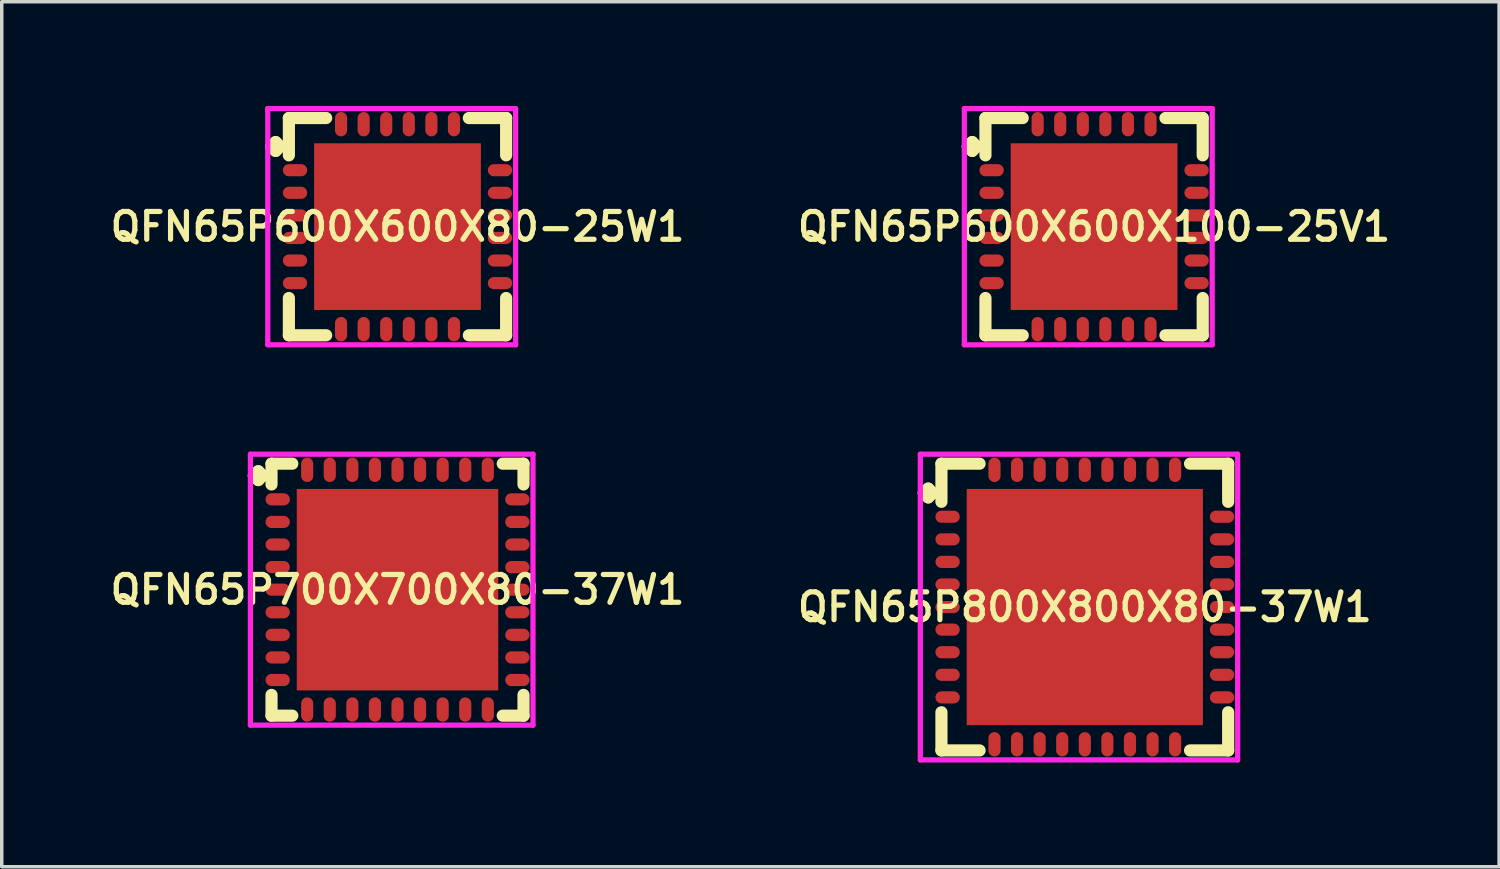
<source format=kicad_pcb>
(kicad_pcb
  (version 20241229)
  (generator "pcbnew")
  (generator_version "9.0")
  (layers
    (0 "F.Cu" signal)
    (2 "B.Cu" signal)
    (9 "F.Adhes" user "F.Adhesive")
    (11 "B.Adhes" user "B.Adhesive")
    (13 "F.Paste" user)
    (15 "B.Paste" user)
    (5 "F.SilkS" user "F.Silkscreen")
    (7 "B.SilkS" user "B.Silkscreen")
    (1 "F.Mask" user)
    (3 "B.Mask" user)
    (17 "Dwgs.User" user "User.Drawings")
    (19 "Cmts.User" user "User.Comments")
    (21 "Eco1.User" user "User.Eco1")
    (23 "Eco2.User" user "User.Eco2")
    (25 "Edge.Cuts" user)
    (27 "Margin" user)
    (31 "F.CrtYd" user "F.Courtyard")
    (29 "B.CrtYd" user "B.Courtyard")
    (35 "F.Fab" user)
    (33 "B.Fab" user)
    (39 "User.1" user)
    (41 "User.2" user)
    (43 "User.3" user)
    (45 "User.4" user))
  (footprint "QFN65P600X600X80-25W1"
    (layer "F.Cu")
    (at 8.393 3.475)
    (property "Reference" "QFN65P600X600X80-25W1" (at 0 0 0) (layer "F.SilkS") (effects (font (size 0.8 0.8) (thickness 0.15))))
    (attr smd)
    (fp_line (start -3.635 -2.308) (end -3.508 -2.435) (stroke (width 0.35) (type solid)) (layer "F.SilkS"))
    (fp_line (start -3.508 -2.435) (end -3.381 -2.308) (stroke (width 0.35) (type solid)) (layer "F.SilkS"))
    (fp_line (start -3.508 -2.181) (end -3.635 -2.308) (stroke (width 0.35) (type solid)) (layer "F.SilkS"))
    (fp_line (start -3.381 -2.308) (end -3.508 -2.181) (stroke (width 0.35) (type solid)) (layer "F.SilkS"))
    (fp_line (start -3.127 -3.127) (end -2.054 -3.127) (stroke (width 0.35) (type solid)) (layer "F.SilkS"))
    (fp_line (start -3.127 -2.054) (end -3.127 -3.127) (stroke (width 0.35) (type solid)) (layer "F.SilkS"))
    (fp_line (start -3.127 2.054) (end -3.127 3.127) (stroke (width 0.35) (type solid)) (layer "F.SilkS"))
    (fp_line (start -3.127 3.127) (end -2.054 3.127) (stroke (width 0.35) (type solid)) (layer "F.SilkS"))
    (fp_line (start 2.054 -3.127) (end 3.127 -3.127) (stroke (width 0.35) (type solid)) (layer "F.SilkS"))
    (fp_line (start 2.054 3.127) (end 3.127 3.127) (stroke (width 0.35) (type solid)) (layer "F.SilkS"))
    (fp_line (start 3.127 -3.127) (end 3.127 -2.054) (stroke (width 0.35) (type solid)) (layer "F.SilkS"))
    (fp_line (start 3.127 3.127) (end 3.127 2.054) (stroke (width 0.35) (type solid)) (layer "F.SilkS"))
    (fp_line (start -3.735 -3.4) (end 3.4 -3.4) (stroke (width 0.15) (type solid)) (layer "F.CrtYd"))
    (fp_line (start -3.735 3.4) (end -3.735 -3.4) (stroke (width 0.15) (type solid)) (layer "F.CrtYd"))
    (fp_line (start 3.4 -3.4) (end 3.4 3.4) (stroke (width 0.15) (type solid)) (layer "F.CrtYd"))
    (fp_line (start 3.4 3.4) (end -3.735 3.4) (stroke (width 0.15) (type solid)) (layer "F.CrtYd"))
    (pad "1" smd oval (at -2.95 -1.625) (size 0.7 0.35) (layers "F.Cu" "F.Mask" "F.Paste"))
    (pad "2" smd oval (at -2.95 -0.975) (size 0.7 0.35) (layers "F.Cu" "F.Mask" "F.Paste"))
    (pad "3" smd oval (at -2.95 -0.325) (size 0.7 0.35) (layers "F.Cu" "F.Mask" "F.Paste"))
    (pad "4" smd oval (at -2.95 0.325) (size 0.7 0.35) (layers "F.Cu" "F.Mask" "F.Paste"))
    (pad "5" smd oval (at -2.95 0.975) (size 0.7 0.35) (layers "F.Cu" "F.Mask" "F.Paste"))
    (pad "6" smd oval (at -2.95 1.625) (size 0.7 0.35) (layers "F.Cu" "F.Mask" "F.Paste"))
    (pad "7" smd oval (at -1.625 2.95) (size 0.35 0.7) (layers "F.Cu" "F.Mask" "F.Paste"))
    (pad "8" smd oval (at -0.975 2.95) (size 0.35 0.7) (layers "F.Cu" "F.Mask" "F.Paste"))
    (pad "9" smd oval (at -0.325 2.95) (size 0.35 0.7) (layers "F.Cu" "F.Mask" "F.Paste"))
    (pad "10" smd oval (at 0.325 2.95) (size 0.35 0.7) (layers "F.Cu" "F.Mask" "F.Paste"))
    (pad "11" smd oval (at 0.975 2.95) (size 0.35 0.7) (layers "F.Cu" "F.Mask" "F.Paste"))
    (pad "12" smd oval (at 1.625 2.95) (size 0.35 0.7) (layers "F.Cu" "F.Mask" "F.Paste"))
    (pad "13" smd oval (at 2.95 1.625) (size 0.7 0.35) (layers "F.Cu" "F.Mask" "F.Paste"))
    (pad "14" smd oval (at 2.95 0.975) (size 0.7 0.35) (layers "F.Cu" "F.Mask" "F.Paste"))
    (pad "15" smd oval (at 2.95 0.325) (size 0.7 0.35) (layers "F.Cu" "F.Mask" "F.Paste"))
    (pad "16" smd oval (at 2.95 -0.325) (size 0.7 0.35) (layers "F.Cu" "F.Mask" "F.Paste"))
    (pad "17" smd oval (at 2.95 -0.975) (size 0.7 0.35) (layers "F.Cu" "F.Mask" "F.Paste"))
    (pad "18" smd oval (at 2.95 -1.625) (size 0.7 0.35) (layers "F.Cu" "F.Mask" "F.Paste"))
    (pad "19" smd oval (at 1.625 -2.95) (size 0.35 0.7) (layers "F.Cu" "F.Mask" "F.Paste"))
    (pad "20" smd oval (at 0.975 -2.95) (size 0.35 0.7) (layers "F.Cu" "F.Mask" "F.Paste"))
    (pad "21" smd oval (at 0.325 -2.95) (size 0.35 0.7) (layers "F.Cu" "F.Mask" "F.Paste"))
    (pad "22" smd oval (at -0.325 -2.95) (size 0.35 0.7) (layers "F.Cu" "F.Mask" "F.Paste"))
    (pad "23" smd oval (at -0.975 -2.95) (size 0.35 0.7) (layers "F.Cu" "F.Mask" "F.Paste"))
    (pad "24" smd oval (at -1.625 -2.95) (size 0.35 0.7) (layers "F.Cu" "F.Mask" "F.Paste"))
    (pad "25" smd rect (at 0 0) (size 4.8 4.8) (layers "F.Cu" "F.Mask" "F.Paste")))
  (footprint "QFN65P700X700X80-37W1"
    (layer "F.Cu")
    (at 8.393 13.925)
    (property "Reference" "QFN65P700X700X80-37W1" (at 0 0 0) (layer "F.SilkS") (effects (font (size 0.8 0.8) (thickness 0.15))))
    (attr smd)
    (fp_line (start -4.135 -3.283) (end -4.008 -3.41) (stroke (width 0.35) (type solid)) (layer "F.SilkS"))
    (fp_line (start -4.008 -3.41) (end -3.881 -3.283) (stroke (width 0.35) (type solid)) (layer "F.SilkS"))
    (fp_line (start -4.008 -3.156) (end -4.135 -3.283) (stroke (width 0.35) (type solid)) (layer "F.SilkS"))
    (fp_line (start -3.881 -3.283) (end -4.008 -3.156) (stroke (width 0.35) (type solid)) (layer "F.SilkS"))
    (fp_line (start -3.627 -3.627) (end -3.029 -3.627) (stroke (width 0.35) (type solid)) (layer "F.SilkS"))
    (fp_line (start -3.627 -3.029) (end -3.627 -3.627) (stroke (width 0.35) (type solid)) (layer "F.SilkS"))
    (fp_line (start -3.627 3.029) (end -3.627 3.627) (stroke (width 0.35) (type solid)) (layer "F.SilkS"))
    (fp_line (start -3.627 3.627) (end -3.029 3.627) (stroke (width 0.35) (type solid)) (layer "F.SilkS"))
    (fp_line (start 3.029 -3.627) (end 3.627 -3.627) (stroke (width 0.35) (type solid)) (layer "F.SilkS"))
    (fp_line (start 3.029 3.627) (end 3.627 3.627) (stroke (width 0.35) (type solid)) (layer "F.SilkS"))
    (fp_line (start 3.627 -3.627) (end 3.627 -3.029) (stroke (width 0.35) (type solid)) (layer "F.SilkS"))
    (fp_line (start 3.627 3.627) (end 3.627 3.029) (stroke (width 0.35) (type solid)) (layer "F.SilkS"))
    (fp_line (start -4.235 -3.9) (end 3.9 -3.9) (stroke (width 0.15) (type solid)) (layer "F.CrtYd"))
    (fp_line (start -4.235 3.9) (end -4.235 -3.9) (stroke (width 0.15) (type solid)) (layer "F.CrtYd"))
    (fp_line (start 3.9 -3.9) (end 3.9 3.9) (stroke (width 0.15) (type solid)) (layer "F.CrtYd"))
    (fp_line (start 3.9 3.9) (end -4.235 3.9) (stroke (width 0.15) (type solid)) (layer "F.CrtYd"))
    (pad "1" smd oval (at -3.45 -2.6) (size 0.7 0.35) (layers "F.Cu" "F.Mask" "F.Paste"))
    (pad "2" smd oval (at -3.45 -1.95) (size 0.7 0.35) (layers "F.Cu" "F.Mask" "F.Paste"))
    (pad "3" smd oval (at -3.45 -1.3) (size 0.7 0.35) (layers "F.Cu" "F.Mask" "F.Paste"))
    (pad "4" smd oval (at -3.45 -0.65) (size 0.7 0.35) (layers "F.Cu" "F.Mask" "F.Paste"))
    (pad "5" smd oval (at -3.45 0) (size 0.7 0.35) (layers "F.Cu" "F.Mask" "F.Paste"))
    (pad "6" smd oval (at -3.45 0.65) (size 0.7 0.35) (layers "F.Cu" "F.Mask" "F.Paste"))
    (pad "7" smd oval (at -3.45 1.3) (size 0.7 0.35) (layers "F.Cu" "F.Mask" "F.Paste"))
    (pad "8" smd oval (at -3.45 1.95) (size 0.7 0.35) (layers "F.Cu" "F.Mask" "F.Paste"))
    (pad "9" smd oval (at -3.45 2.6) (size 0.7 0.35) (layers "F.Cu" "F.Mask" "F.Paste"))
    (pad "10" smd oval (at -2.6 3.45) (size 0.35 0.7) (layers "F.Cu" "F.Mask" "F.Paste"))
    (pad "11" smd oval (at -1.95 3.45) (size 0.35 0.7) (layers "F.Cu" "F.Mask" "F.Paste"))
    (pad "12" smd oval (at -1.3 3.45) (size 0.35 0.7) (layers "F.Cu" "F.Mask" "F.Paste"))
    (pad "13" smd oval (at -0.65 3.45) (size 0.35 0.7) (layers "F.Cu" "F.Mask" "F.Paste"))
    (pad "14" smd oval (at 0 3.45) (size 0.35 0.7) (layers "F.Cu" "F.Mask" "F.Paste"))
    (pad "15" smd oval (at 0.65 3.45) (size 0.35 0.7) (layers "F.Cu" "F.Mask" "F.Paste"))
    (pad "16" smd oval (at 1.3 3.45) (size 0.35 0.7) (layers "F.Cu" "F.Mask" "F.Paste"))
    (pad "17" smd oval (at 1.95 3.45) (size 0.35 0.7) (layers "F.Cu" "F.Mask" "F.Paste"))
    (pad "18" smd oval (at 2.6 3.45) (size 0.35 0.7) (layers "F.Cu" "F.Mask" "F.Paste"))
    (pad "19" smd oval (at 3.45 2.6) (size 0.7 0.35) (layers "F.Cu" "F.Mask" "F.Paste"))
    (pad "20" smd oval (at 3.45 1.95) (size 0.7 0.35) (layers "F.Cu" "F.Mask" "F.Paste"))
    (pad "21" smd oval (at 3.45 1.3) (size 0.7 0.35) (layers "F.Cu" "F.Mask" "F.Paste"))
    (pad "22" smd oval (at 3.45 0.65) (size 0.7 0.35) (layers "F.Cu" "F.Mask" "F.Paste"))
    (pad "23" smd oval (at 3.45 0) (size 0.7 0.35) (layers "F.Cu" "F.Mask" "F.Paste"))
    (pad "24" smd oval (at 3.45 -0.65) (size 0.7 0.35) (layers "F.Cu" "F.Mask" "F.Paste"))
    (pad "25" smd oval (at 3.45 -1.3) (size 0.7 0.35) (layers "F.Cu" "F.Mask" "F.Paste"))
    (pad "26" smd oval (at 3.45 -1.95) (size 0.7 0.35) (layers "F.Cu" "F.Mask" "F.Paste"))
    (pad "27" smd oval (at 3.45 -2.6) (size 0.7 0.35) (layers "F.Cu" "F.Mask" "F.Paste"))
    (pad "28" smd oval (at 2.6 -3.45) (size 0.35 0.7) (layers "F.Cu" "F.Mask" "F.Paste"))
    (pad "29" smd oval (at 1.95 -3.45) (size 0.35 0.7) (layers "F.Cu" "F.Mask" "F.Paste"))
    (pad "30" smd oval (at 1.3 -3.45) (size 0.35 0.7) (layers "F.Cu" "F.Mask" "F.Paste"))
    (pad "31" smd oval (at 0.65 -3.45) (size 0.35 0.7) (layers "F.Cu" "F.Mask" "F.Paste"))
    (pad "32" smd oval (at 0 -3.45) (size 0.35 0.7) (layers "F.Cu" "F.Mask" "F.Paste"))
    (pad "33" smd oval (at -0.65 -3.45) (size 0.35 0.7) (layers "F.Cu" "F.Mask" "F.Paste"))
    (pad "34" smd oval (at -1.3 -3.45) (size 0.35 0.7) (layers "F.Cu" "F.Mask" "F.Paste"))
    (pad "35" smd oval (at -1.95 -3.45) (size 0.35 0.7) (layers "F.Cu" "F.Mask" "F.Paste"))
    (pad "36" smd oval (at -2.6 -3.45) (size 0.35 0.7) (layers "F.Cu" "F.Mask" "F.Paste"))
    (pad "37" smd rect (at 0 0) (size 5.8 5.8) (layers "F.Cu" "F.Mask" "F.Paste")))
  (footprint "QFN65P800X800X80-37W1"
    (layer "F.Cu")
    (at 28.178 14.425)
    (property "Reference" "QFN65P800X800X80-37W1" (at 0 0 0) (layer "F.SilkS") (effects (font (size 0.8 0.8) (thickness 0.15))))
    (attr smd)
    (fp_line (start -4.635 -3.283) (end -4.508 -3.41) (stroke (width 0.35) (type solid)) (layer "F.SilkS"))
    (fp_line (start -4.508 -3.41) (end -4.381 -3.283) (stroke (width 0.35) (type solid)) (layer "F.SilkS"))
    (fp_line (start -4.508 -3.156) (end -4.635 -3.283) (stroke (width 0.35) (type solid)) (layer "F.SilkS"))
    (fp_line (start -4.381 -3.283) (end -4.508 -3.156) (stroke (width 0.35) (type solid)) (layer "F.SilkS"))
    (fp_line (start -4.127 -4.127) (end -3.029 -4.127) (stroke (width 0.35) (type solid)) (layer "F.SilkS"))
    (fp_line (start -4.127 -3.029) (end -4.127 -4.127) (stroke (width 0.35) (type solid)) (layer "F.SilkS"))
    (fp_line (start -4.127 3.029) (end -4.127 4.127) (stroke (width 0.35) (type solid)) (layer "F.SilkS"))
    (fp_line (start -4.127 4.127) (end -3.029 4.127) (stroke (width 0.35) (type solid)) (layer "F.SilkS"))
    (fp_line (start 3.029 -4.127) (end 4.127 -4.127) (stroke (width 0.35) (type solid)) (layer "F.SilkS"))
    (fp_line (start 3.029 4.127) (end 4.127 4.127) (stroke (width 0.35) (type solid)) (layer "F.SilkS"))
    (fp_line (start 4.127 -4.127) (end 4.127 -3.029) (stroke (width 0.35) (type solid)) (layer "F.SilkS"))
    (fp_line (start 4.127 4.127) (end 4.127 3.029) (stroke (width 0.35) (type solid)) (layer "F.SilkS"))
    (fp_line (start -4.735 -4.4) (end 4.4 -4.4) (stroke (width 0.15) (type solid)) (layer "F.CrtYd"))
    (fp_line (start -4.735 4.4) (end -4.735 -4.4) (stroke (width 0.15) (type solid)) (layer "F.CrtYd"))
    (fp_line (start 4.4 -4.4) (end 4.4 4.4) (stroke (width 0.15) (type solid)) (layer "F.CrtYd"))
    (fp_line (start 4.4 4.4) (end -4.735 4.4) (stroke (width 0.15) (type solid)) (layer "F.CrtYd"))
    (pad "1" smd oval (at -3.95 -2.6) (size 0.7 0.35) (layers "F.Cu" "F.Mask" "F.Paste"))
    (pad "2" smd oval (at -3.95 -1.95) (size 0.7 0.35) (layers "F.Cu" "F.Mask" "F.Paste"))
    (pad "3" smd oval (at -3.95 -1.3) (size 0.7 0.35) (layers "F.Cu" "F.Mask" "F.Paste"))
    (pad "4" smd oval (at -3.95 -0.65) (size 0.7 0.35) (layers "F.Cu" "F.Mask" "F.Paste"))
    (pad "5" smd oval (at -3.95 0) (size 0.7 0.35) (layers "F.Cu" "F.Mask" "F.Paste"))
    (pad "6" smd oval (at -3.95 0.65) (size 0.7 0.35) (layers "F.Cu" "F.Mask" "F.Paste"))
    (pad "7" smd oval (at -3.95 1.3) (size 0.7 0.35) (layers "F.Cu" "F.Mask" "F.Paste"))
    (pad "8" smd oval (at -3.95 1.95) (size 0.7 0.35) (layers "F.Cu" "F.Mask" "F.Paste"))
    (pad "9" smd oval (at -3.95 2.6) (size 0.7 0.35) (layers "F.Cu" "F.Mask" "F.Paste"))
    (pad "10" smd oval (at -2.6 3.95) (size 0.35 0.7) (layers "F.Cu" "F.Mask" "F.Paste"))
    (pad "11" smd oval (at -1.95 3.95) (size 0.35 0.7) (layers "F.Cu" "F.Mask" "F.Paste"))
    (pad "12" smd oval (at -1.3 3.95) (size 0.35 0.7) (layers "F.Cu" "F.Mask" "F.Paste"))
    (pad "13" smd oval (at -0.65 3.95) (size 0.35 0.7) (layers "F.Cu" "F.Mask" "F.Paste"))
    (pad "14" smd oval (at 0 3.95) (size 0.35 0.7) (layers "F.Cu" "F.Mask" "F.Paste"))
    (pad "15" smd oval (at 0.65 3.95) (size 0.35 0.7) (layers "F.Cu" "F.Mask" "F.Paste"))
    (pad "16" smd oval (at 1.3 3.95) (size 0.35 0.7) (layers "F.Cu" "F.Mask" "F.Paste"))
    (pad "17" smd oval (at 1.95 3.95) (size 0.35 0.7) (layers "F.Cu" "F.Mask" "F.Paste"))
    (pad "18" smd oval (at 2.6 3.95) (size 0.35 0.7) (layers "F.Cu" "F.Mask" "F.Paste"))
    (pad "19" smd oval (at 3.95 2.6) (size 0.7 0.35) (layers "F.Cu" "F.Mask" "F.Paste"))
    (pad "20" smd oval (at 3.95 1.95) (size 0.7 0.35) (layers "F.Cu" "F.Mask" "F.Paste"))
    (pad "21" smd oval (at 3.95 1.3) (size 0.7 0.35) (layers "F.Cu" "F.Mask" "F.Paste"))
    (pad "22" smd oval (at 3.95 0.65) (size 0.7 0.35) (layers "F.Cu" "F.Mask" "F.Paste"))
    (pad "23" smd oval (at 3.95 0) (size 0.7 0.35) (layers "F.Cu" "F.Mask" "F.Paste"))
    (pad "24" smd oval (at 3.95 -0.65) (size 0.7 0.35) (layers "F.Cu" "F.Mask" "F.Paste"))
    (pad "25" smd oval (at 3.95 -1.3) (size 0.7 0.35) (layers "F.Cu" "F.Mask" "F.Paste"))
    (pad "26" smd oval (at 3.95 -1.95) (size 0.7 0.35) (layers "F.Cu" "F.Mask" "F.Paste"))
    (pad "27" smd oval (at 3.95 -2.6) (size 0.7 0.35) (layers "F.Cu" "F.Mask" "F.Paste"))
    (pad "28" smd oval (at 2.6 -3.95) (size 0.35 0.7) (layers "F.Cu" "F.Mask" "F.Paste"))
    (pad "29" smd oval (at 1.95 -3.95) (size 0.35 0.7) (layers "F.Cu" "F.Mask" "F.Paste"))
    (pad "30" smd oval (at 1.3 -3.95) (size 0.35 0.7) (layers "F.Cu" "F.Mask" "F.Paste"))
    (pad "31" smd oval (at 0.65 -3.95) (size 0.35 0.7) (layers "F.Cu" "F.Mask" "F.Paste"))
    (pad "32" smd oval (at 0 -3.95) (size 0.35 0.7) (layers "F.Cu" "F.Mask" "F.Paste"))
    (pad "33" smd oval (at -0.65 -3.95) (size 0.35 0.7) (layers "F.Cu" "F.Mask" "F.Paste"))
    (pad "34" smd oval (at -1.3 -3.95) (size 0.35 0.7) (layers "F.Cu" "F.Mask" "F.Paste"))
    (pad "35" smd oval (at -1.95 -3.95) (size 0.35 0.7) (layers "F.Cu" "F.Mask" "F.Paste"))
    (pad "36" smd oval (at -2.6 -3.95) (size 0.35 0.7) (layers "F.Cu" "F.Mask" "F.Paste"))
    (pad "37" smd rect (at 0 0) (size 6.8 6.8) (layers "F.Cu" "F.Mask" "F.Paste")))
  (footprint "QFN65P600X600X100-25V1"
    (layer "F.Cu")
    (at 28.445 3.475)
    (property "Reference" "QFN65P600X600X100-25V1" (at 0 0 0) (layer "F.SilkS") (effects (font (size 0.8 0.8) (thickness 0.15))))
    (attr smd)
    (fp_line (start -3.635 -2.308) (end -3.508 -2.435) (stroke (width 0.35) (type solid)) (layer "F.SilkS"))
    (fp_line (start -3.508 -2.435) (end -3.381 -2.308) (stroke (width 0.35) (type solid)) (layer "F.SilkS"))
    (fp_line (start -3.508 -2.181) (end -3.635 -2.308) (stroke (width 0.35) (type solid)) (layer "F.SilkS"))
    (fp_line (start -3.381 -2.308) (end -3.508 -2.181) (stroke (width 0.35) (type solid)) (layer "F.SilkS"))
    (fp_line (start -3.127 -3.127) (end -2.054 -3.127) (stroke (width 0.35) (type solid)) (layer "F.SilkS"))
    (fp_line (start -3.127 -2.054) (end -3.127 -3.127) (stroke (width 0.35) (type solid)) (layer "F.SilkS"))
    (fp_line (start -3.127 2.054) (end -3.127 3.127) (stroke (width 0.35) (type solid)) (layer "F.SilkS"))
    (fp_line (start -3.127 3.127) (end -2.054 3.127) (stroke (width 0.35) (type solid)) (layer "F.SilkS"))
    (fp_line (start 2.054 -3.127) (end 3.127 -3.127) (stroke (width 0.35) (type solid)) (layer "F.SilkS"))
    (fp_line (start 2.054 3.127) (end 3.127 3.127) (stroke (width 0.35) (type solid)) (layer "F.SilkS"))
    (fp_line (start 3.127 -3.127) (end 3.127 -2.054) (stroke (width 0.35) (type solid)) (layer "F.SilkS"))
    (fp_line (start 3.127 3.127) (end 3.127 2.054) (stroke (width 0.35) (type solid)) (layer "F.SilkS"))
    (fp_line (start -3.735 -3.4) (end 3.4 -3.4) (stroke (width 0.15) (type solid)) (layer "F.CrtYd"))
    (fp_line (start -3.735 3.4) (end -3.735 -3.4) (stroke (width 0.15) (type solid)) (layer "F.CrtYd"))
    (fp_line (start 3.4 -3.4) (end 3.4 3.4) (stroke (width 0.15) (type solid)) (layer "F.CrtYd"))
    (fp_line (start 3.4 3.4) (end -3.735 3.4) (stroke (width 0.15) (type solid)) (layer "F.CrtYd"))
    (pad "1" smd oval (at -2.95 -1.625) (size 0.7 0.35) (layers "F.Cu" "F.Mask" "F.Paste"))
    (pad "2" smd oval (at -2.95 -0.975) (size 0.7 0.35) (layers "F.Cu" "F.Mask" "F.Paste"))
    (pad "3" smd oval (at -2.95 -0.325) (size 0.7 0.35) (layers "F.Cu" "F.Mask" "F.Paste"))
    (pad "4" smd oval (at -2.95 0.325) (size 0.7 0.35) (layers "F.Cu" "F.Mask" "F.Paste"))
    (pad "5" smd oval (at -2.95 0.975) (size 0.7 0.35) (layers "F.Cu" "F.Mask" "F.Paste"))
    (pad "6" smd oval (at -2.95 1.625) (size 0.7 0.35) (layers "F.Cu" "F.Mask" "F.Paste"))
    (pad "7" smd oval (at -1.625 2.95) (size 0.35 0.7) (layers "F.Cu" "F.Mask" "F.Paste"))
    (pad "8" smd oval (at -0.975 2.95) (size 0.35 0.7) (layers "F.Cu" "F.Mask" "F.Paste"))
    (pad "9" smd oval (at -0.325 2.95) (size 0.35 0.7) (layers "F.Cu" "F.Mask" "F.Paste"))
    (pad "10" smd oval (at 0.325 2.95) (size 0.35 0.7) (layers "F.Cu" "F.Mask" "F.Paste"))
    (pad "11" smd oval (at 0.975 2.95) (size 0.35 0.7) (layers "F.Cu" "F.Mask" "F.Paste"))
    (pad "12" smd oval (at 1.625 2.95) (size 0.35 0.7) (layers "F.Cu" "F.Mask" "F.Paste"))
    (pad "13" smd oval (at 2.95 1.625) (size 0.7 0.35) (layers "F.Cu" "F.Mask" "F.Paste"))
    (pad "14" smd oval (at 2.95 0.975) (size 0.7 0.35) (layers "F.Cu" "F.Mask" "F.Paste"))
    (pad "15" smd oval (at 2.95 0.325) (size 0.7 0.35) (layers "F.Cu" "F.Mask" "F.Paste"))
    (pad "16" smd oval (at 2.95 -0.325) (size 0.7 0.35) (layers "F.Cu" "F.Mask" "F.Paste"))
    (pad "17" smd oval (at 2.95 -0.975) (size 0.7 0.35) (layers "F.Cu" "F.Mask" "F.Paste"))
    (pad "18" smd oval (at 2.95 -1.625) (size 0.7 0.35) (layers "F.Cu" "F.Mask" "F.Paste"))
    (pad "19" smd oval (at 1.625 -2.95) (size 0.35 0.7) (layers "F.Cu" "F.Mask" "F.Paste"))
    (pad "20" smd oval (at 0.975 -2.95) (size 0.35 0.7) (layers "F.Cu" "F.Mask" "F.Paste"))
    (pad "21" smd oval (at 0.325 -2.95) (size 0.35 0.7) (layers "F.Cu" "F.Mask" "F.Paste"))
    (pad "22" smd oval (at -0.325 -2.95) (size 0.35 0.7) (layers "F.Cu" "F.Mask" "F.Paste"))
    (pad "23" smd oval (at -0.975 -2.95) (size 0.35 0.7) (layers "F.Cu" "F.Mask" "F.Paste"))
    (pad "24" smd oval (at -1.625 -2.95) (size 0.35 0.7) (layers "F.Cu" "F.Mask" "F.Paste"))
    (pad "25" smd rect (at 0 0) (size 4.8 4.8) (layers "F.Cu" "F.Mask" "F.Paste")))
  (gr_rect
    (start -3 -3)
    (end 40.104 21.9)
    (stroke (width 0.1) (type default))
    (fill no)
    (layer "Edge.Cuts")))
</source>
